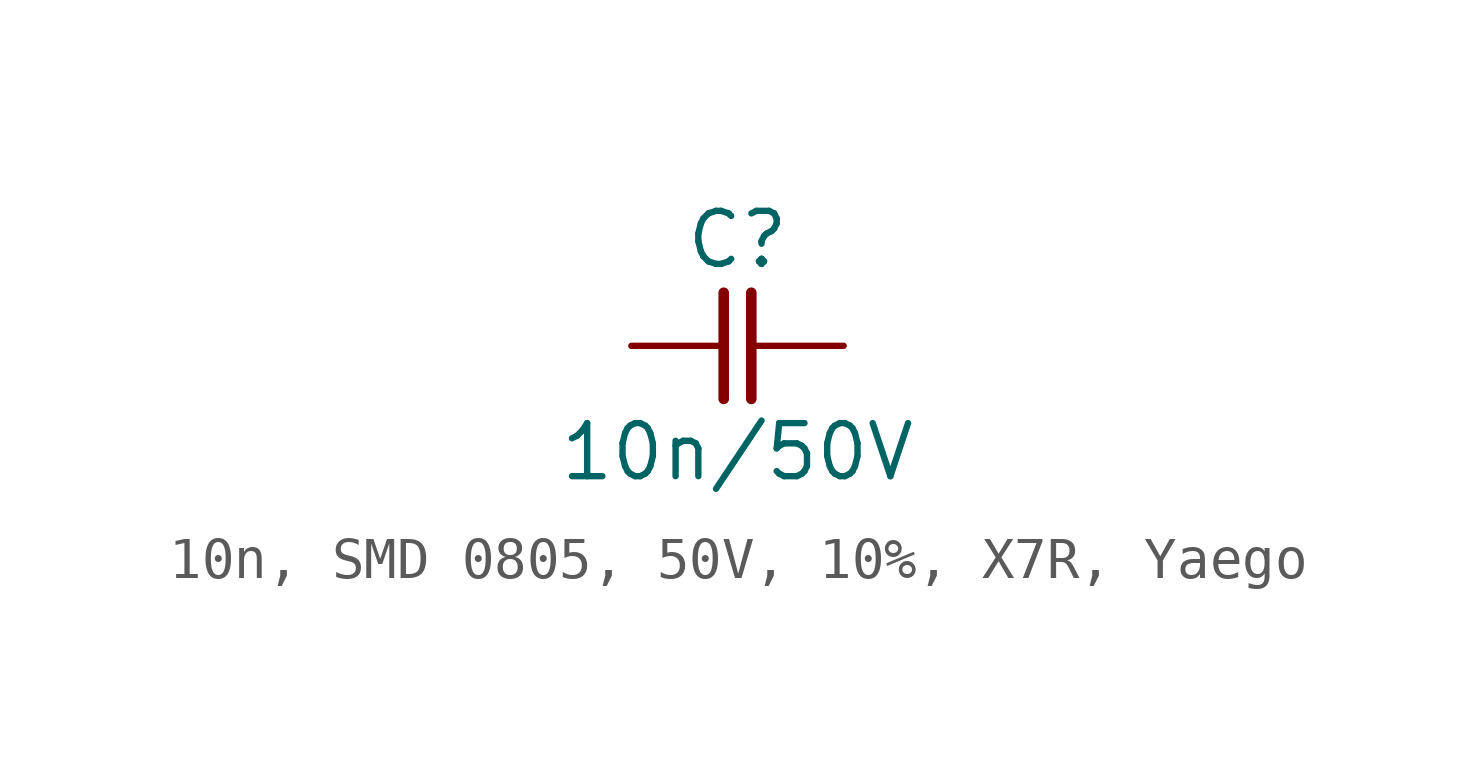
<source format=kicad_sym>
(kicad_symbol_lib
  (version 20241209)
  (generator "kicad_symbol_editor")
  (generator_version "9.0")
  (symbol "10n, SMD 0805, 50V, 10%, X7R, Yaego"
    (pin_numbers
      (hide yes))
    (pin_names
      (offset 0)
      (hide yes))
    (property "Reference" "C"
      (at 0 2.54 0)
      (effects (font (size 1.27 1.27))))
    (property "Value" "10n/50V"
      (at 0 -2.54 0)
      (effects (font (size 1.27 1.27))))
    (symbol "10n, SMD 0805, 50V, 10%, X7R, Yaego_0_1"
      (polyline (pts (xy -0.33 1.27) (xy -0.33 -1.27)) (stroke (width 0.254) (type default)) (fill (type none)))
      (polyline (pts (xy 0.33 1.27) (xy 0.33 -1.27)) (stroke (width 0.254) (type default)) (fill (type none))))
    (symbol "10n, SMD 0805, 50V, 10%, X7R, Yaego_1_1"
      (pin passive line (at -2.54 0 0) (length 2.21) (name "1" (effects (font (size 1.27 1.27)))) (number "1" (effects (font (size 1.27 1.27)))))
      (pin passive line (at 2.54 0 180) (length 2.21) (name "2" (effects (font (size 1.27 1.27)))) (number "2" (effects (font (size 1.27 1.27))))))))
</source>
